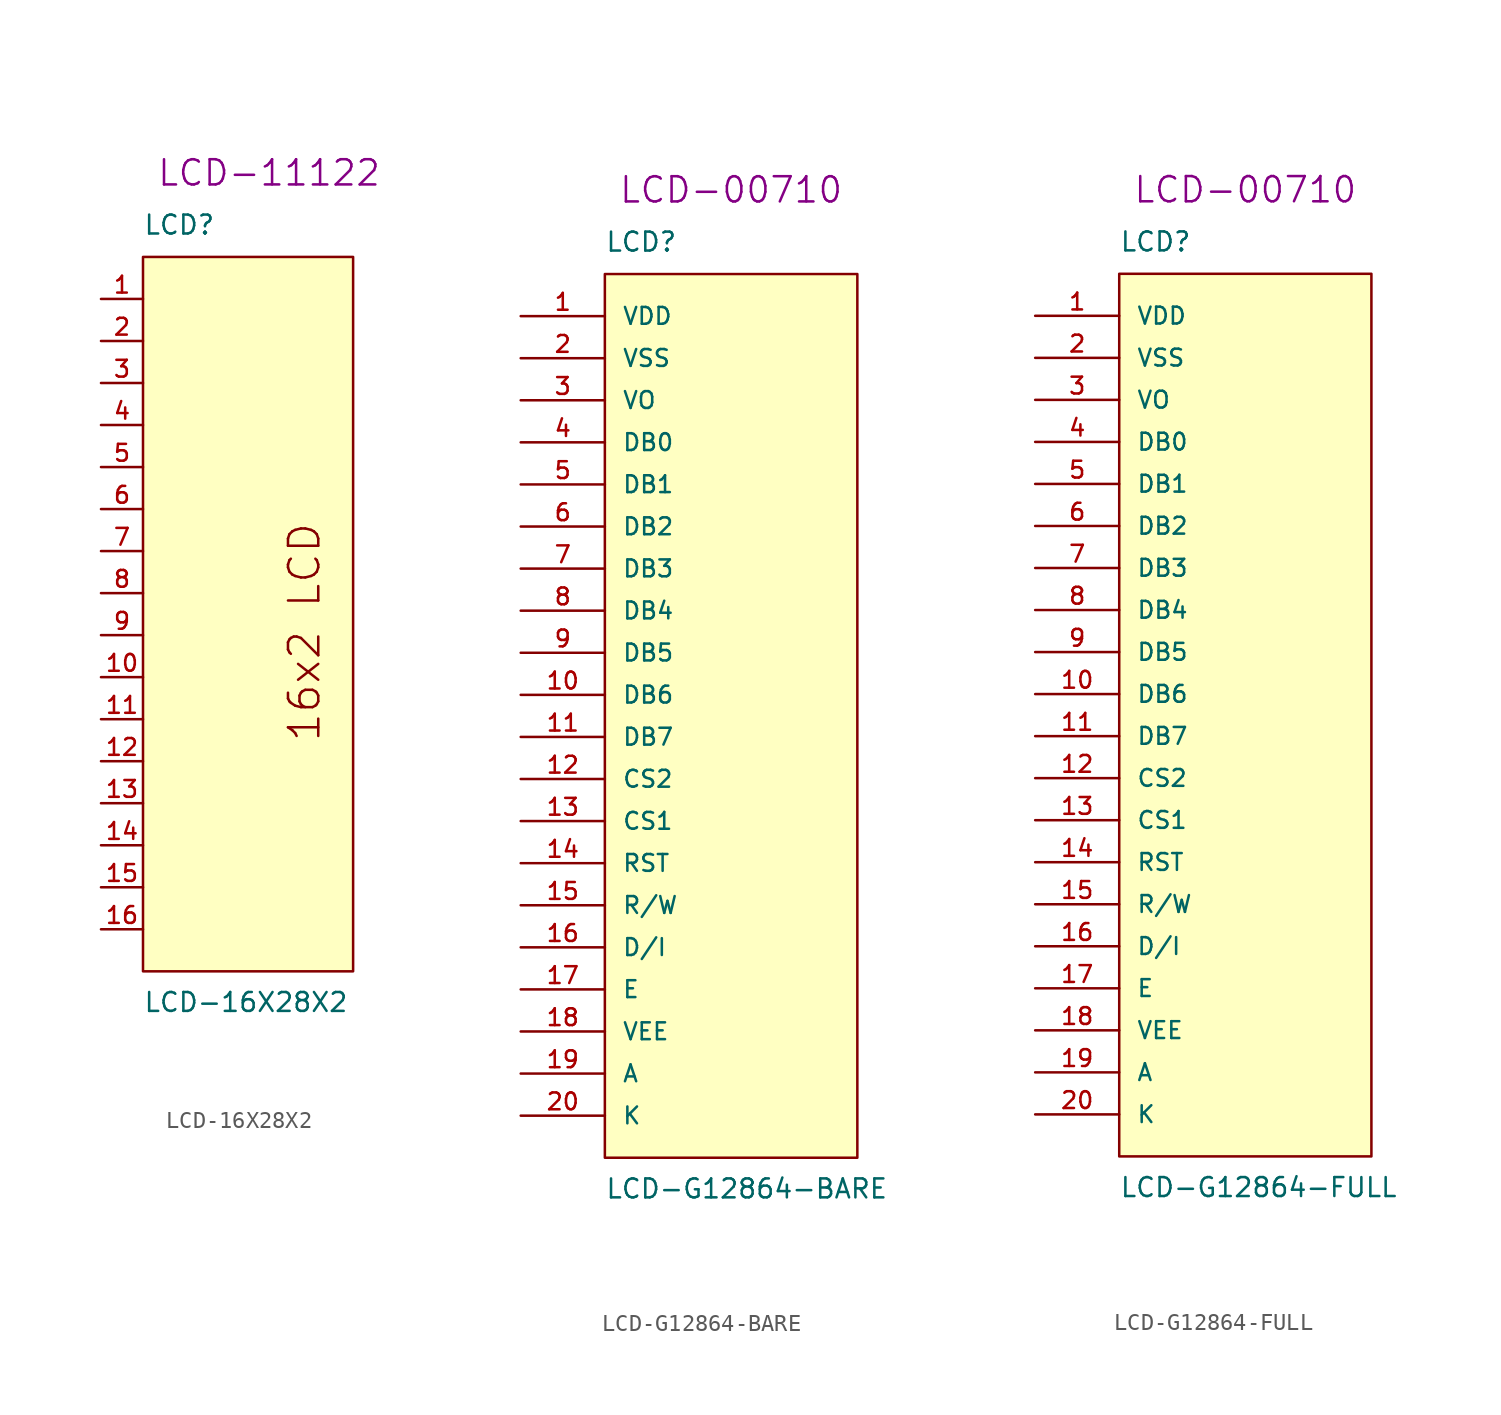
<source format=kicad_sym>
(kicad_symbol_lib
  (version 20211014)
  (generator kicad_symbol_editor)
  (symbol "LCD-16X28X2"
    (pin_names
      (offset 1.016) hide)
    (property "Reference" "LCD"
      (at -7.62 24.13 0)
      (effects (font (size 1.143 1.143)) (justify left bottom)))
    (property "Value" "LCD-16X28X2"
      (at -7.62 -22.86 0)
      (effects (font (size 1.143 1.143)) (justify left bottom)))
    (property "Field4" "LCD-11122"
      (at 0 27.94 0)
      (effects (font (size 1.524 1.524))))
    (property "ki_locked" ""
      (at 0 0 0)
      (effects (font (size 1.27 1.27))))
    (symbol "LCD-16X28X2_1_0"
      (text "16x2 LCD" (at 2.134 0.178 900) (effects (font (size 1.829 1.829)))))
    (symbol "LCD-16X28X2_1_1"
      (polyline (pts (xy -7.62 22.86) (xy -7.62 -20.32) (xy 5.08 -20.32) (xy 5.08 22.86) (xy -7.62 22.86)) (stroke (width 0) (type default) (color 0 0 0 0)) (fill (type background)))
      (pin power_in line (at -10.16 20.32 0) (length 2.54) (name "VSS" (effects (font (size 1.016 1.016)))) (number "1" (effects (font (size 1.016 1.016)))))
      (pin bidirectional line (at -10.16 -2.54 0) (length 2.54) (name "DB3" (effects (font (size 1.016 1.016)))) (number "10" (effects (font (size 1.016 1.016)))))
      (pin bidirectional line (at -10.16 -5.08 0) (length 2.54) (name "DB4" (effects (font (size 1.016 1.016)))) (number "11" (effects (font (size 1.016 1.016)))))
      (pin bidirectional line (at -10.16 -7.62 0) (length 2.54) (name "DB5" (effects (font (size 1.016 1.016)))) (number "12" (effects (font (size 1.016 1.016)))))
      (pin bidirectional line (at -10.16 -10.16 0) (length 2.54) (name "DB6" (effects (font (size 1.016 1.016)))) (number "13" (effects (font (size 1.016 1.016)))))
      (pin bidirectional line (at -10.16 -12.7 0) (length 2.54) (name "DB7" (effects (font (size 1.016 1.016)))) (number "14" (effects (font (size 1.016 1.016)))))
      (pin power_in line (at -10.16 -15.24 0) (length 2.54) (name "A" (effects (font (size 1.016 1.016)))) (number "15" (effects (font (size 1.016 1.016)))))
      (pin power_in line (at -10.16 -17.78 0) (length 2.54) (name "K" (effects (font (size 1.016 1.016)))) (number "16" (effects (font (size 1.016 1.016)))))
      (pin power_in line (at -10.16 17.78 0) (length 2.54) (name "VDD" (effects (font (size 1.016 1.016)))) (number "2" (effects (font (size 1.016 1.016)))))
      (pin bidirectional line (at -10.16 15.24 0) (length 2.54) (name "VO" (effects (font (size 1.016 1.016)))) (number "3" (effects (font (size 1.016 1.016)))))
      (pin input line (at -10.16 12.7 0) (length 2.54) (name "RS" (effects (font (size 1.016 1.016)))) (number "4" (effects (font (size 1.016 1.016)))))
      (pin input line (at -10.16 10.16 0) (length 2.54) (name "R/W" (effects (font (size 1.016 1.016)))) (number "5" (effects (font (size 1.016 1.016)))))
      (pin input line (at -10.16 7.62 0) (length 2.54) (name "E" (effects (font (size 1.016 1.016)))) (number "6" (effects (font (size 1.016 1.016)))))
      (pin bidirectional line (at -10.16 5.08 0) (length 2.54) (name "DB0" (effects (font (size 1.016 1.016)))) (number "7" (effects (font (size 1.016 1.016)))))
      (pin bidirectional line (at -10.16 2.54 0) (length 2.54) (name "DB1" (effects (font (size 1.016 1.016)))) (number "8" (effects (font (size 1.016 1.016)))))
      (pin bidirectional line (at -10.16 0 0) (length 2.54) (name "DB2" (effects (font (size 1.016 1.016)))) (number "9" (effects (font (size 1.016 1.016)))))))
  (symbol "LCD-G12864-BARE"
    (pin_names
      (offset 1.016))
    (property "Reference" "LCD"
      (at -7.62 26.67 0)
      (effects (font (size 1.143 1.143)) (justify left bottom)))
    (property "Value" "LCD-G12864-BARE"
      (at -7.62 -30.48 0)
      (effects (font (size 1.143 1.143)) (justify left bottom)))
    (property "Field4" "LCD-00710"
      (at 0 30.48 0)
      (effects (font (size 1.524 1.524))))
    (property "ki_locked" ""
      (at 0 0 0)
      (effects (font (size 1.27 1.27))))
    (symbol "LCD-G12864-BARE_1_1"
      (polyline (pts (xy -7.62 25.4) (xy -7.62 -27.94) (xy 7.62 -27.94) (xy 7.62 25.4) (xy -7.62 25.4)) (stroke (width 0) (type default) (color 0 0 0 0)) (fill (type background)))
      (pin power_in line (at -12.7 22.86 0) (length 5.08) (name "VDD" (effects (font (size 1.016 1.016)))) (number "1" (effects (font (size 1.016 1.016)))))
      (pin bidirectional line (at -12.7 0 0) (length 5.08) (name "DB6" (effects (font (size 1.016 1.016)))) (number "10" (effects (font (size 1.016 1.016)))))
      (pin bidirectional line (at -12.7 -2.54 0) (length 5.08) (name "DB7" (effects (font (size 1.016 1.016)))) (number "11" (effects (font (size 1.016 1.016)))))
      (pin input line (at -12.7 -5.08 0) (length 5.08) (name "CS2" (effects (font (size 1.016 1.016)))) (number "12" (effects (font (size 1.016 1.016)))))
      (pin input line (at -12.7 -7.62 0) (length 5.08) (name "CS1" (effects (font (size 1.016 1.016)))) (number "13" (effects (font (size 1.016 1.016)))))
      (pin input line (at -12.7 -10.16 0) (length 5.08) (name "RST" (effects (font (size 1.016 1.016)))) (number "14" (effects (font (size 1.016 1.016)))))
      (pin input line (at -12.7 -12.7 0) (length 5.08) (name "R/W" (effects (font (size 1.016 1.016)))) (number "15" (effects (font (size 1.016 1.016)))))
      (pin input line (at -12.7 -15.24 0) (length 5.08) (name "D/I" (effects (font (size 1.016 1.016)))) (number "16" (effects (font (size 1.016 1.016)))))
      (pin input line (at -12.7 -17.78 0) (length 5.08) (name "E" (effects (font (size 1.016 1.016)))) (number "17" (effects (font (size 1.016 1.016)))))
      (pin bidirectional line (at -12.7 -20.32 0) (length 5.08) (name "VEE" (effects (font (size 1.016 1.016)))) (number "18" (effects (font (size 1.016 1.016)))))
      (pin power_in line (at -12.7 -22.86 0) (length 5.08) (name "A" (effects (font (size 1.016 1.016)))) (number "19" (effects (font (size 1.016 1.016)))))
      (pin power_in line (at -12.7 20.32 0) (length 5.08) (name "VSS" (effects (font (size 1.016 1.016)))) (number "2" (effects (font (size 1.016 1.016)))))
      (pin power_in line (at -12.7 -25.4 0) (length 5.08) (name "K" (effects (font (size 1.016 1.016)))) (number "20" (effects (font (size 1.016 1.016)))))
      (pin bidirectional line (at -12.7 17.78 0) (length 5.08) (name "VO" (effects (font (size 1.016 1.016)))) (number "3" (effects (font (size 1.016 1.016)))))
      (pin bidirectional line (at -12.7 15.24 0) (length 5.08) (name "DB0" (effects (font (size 1.016 1.016)))) (number "4" (effects (font (size 1.016 1.016)))))
      (pin bidirectional line (at -12.7 12.7 0) (length 5.08) (name "DB1" (effects (font (size 1.016 1.016)))) (number "5" (effects (font (size 1.016 1.016)))))
      (pin bidirectional line (at -12.7 10.16 0) (length 5.08) (name "DB2" (effects (font (size 1.016 1.016)))) (number "6" (effects (font (size 1.016 1.016)))))
      (pin bidirectional line (at -12.7 7.62 0) (length 5.08) (name "DB3" (effects (font (size 1.016 1.016)))) (number "7" (effects (font (size 1.016 1.016)))))
      (pin bidirectional line (at -12.7 5.08 0) (length 5.08) (name "DB4" (effects (font (size 1.016 1.016)))) (number "8" (effects (font (size 1.016 1.016)))))
      (pin bidirectional line (at -12.7 2.54 0) (length 5.08) (name "DB5" (effects (font (size 1.016 1.016)))) (number "9" (effects (font (size 1.016 1.016)))))))
  (symbol "LCD-G12864-FULL"
    (pin_names
      (offset 1.016))
    (property "Reference" "LCD"
      (at -7.62 26.67 0)
      (effects (font (size 1.143 1.143)) (justify left bottom)))
    (property "Value" "LCD-G12864-FULL"
      (at -7.62 -30.48 0)
      (effects (font (size 1.143 1.143)) (justify left bottom)))
    (property "Field4" "LCD-00710"
      (at 0 30.48 0)
      (effects (font (size 1.524 1.524))))
    (property "ki_locked" ""
      (at 0 0 0)
      (effects (font (size 1.27 1.27))))
    (symbol "LCD-G12864-FULL_1_1"
      (polyline (pts (xy -7.62 25.4) (xy -7.62 -27.94) (xy 7.62 -27.94) (xy 7.62 25.4) (xy -7.62 25.4)) (stroke (width 0) (type default) (color 0 0 0 0)) (fill (type background)))
      (pin power_in line (at -12.7 22.86 0) (length 5.08) (name "VDD" (effects (font (size 1.016 1.016)))) (number "1" (effects (font (size 1.016 1.016)))))
      (pin bidirectional line (at -12.7 0 0) (length 5.08) (name "DB6" (effects (font (size 1.016 1.016)))) (number "10" (effects (font (size 1.016 1.016)))))
      (pin bidirectional line (at -12.7 -2.54 0) (length 5.08) (name "DB7" (effects (font (size 1.016 1.016)))) (number "11" (effects (font (size 1.016 1.016)))))
      (pin input line (at -12.7 -5.08 0) (length 5.08) (name "CS2" (effects (font (size 1.016 1.016)))) (number "12" (effects (font (size 1.016 1.016)))))
      (pin input line (at -12.7 -7.62 0) (length 5.08) (name "CS1" (effects (font (size 1.016 1.016)))) (number "13" (effects (font (size 1.016 1.016)))))
      (pin input line (at -12.7 -10.16 0) (length 5.08) (name "RST" (effects (font (size 1.016 1.016)))) (number "14" (effects (font (size 1.016 1.016)))))
      (pin input line (at -12.7 -12.7 0) (length 5.08) (name "R/W" (effects (font (size 1.016 1.016)))) (number "15" (effects (font (size 1.016 1.016)))))
      (pin input line (at -12.7 -15.24 0) (length 5.08) (name "D/I" (effects (font (size 1.016 1.016)))) (number "16" (effects (font (size 1.016 1.016)))))
      (pin input line (at -12.7 -17.78 0) (length 5.08) (name "E" (effects (font (size 1.016 1.016)))) (number "17" (effects (font (size 1.016 1.016)))))
      (pin bidirectional line (at -12.7 -20.32 0) (length 5.08) (name "VEE" (effects (font (size 1.016 1.016)))) (number "18" (effects (font (size 1.016 1.016)))))
      (pin power_in line (at -12.7 -22.86 0) (length 5.08) (name "A" (effects (font (size 1.016 1.016)))) (number "19" (effects (font (size 1.016 1.016)))))
      (pin power_in line (at -12.7 20.32 0) (length 5.08) (name "VSS" (effects (font (size 1.016 1.016)))) (number "2" (effects (font (size 1.016 1.016)))))
      (pin power_in line (at -12.7 -25.4 0) (length 5.08) (name "K" (effects (font (size 1.016 1.016)))) (number "20" (effects (font (size 1.016 1.016)))))
      (pin bidirectional line (at -12.7 17.78 0) (length 5.08) (name "VO" (effects (font (size 1.016 1.016)))) (number "3" (effects (font (size 1.016 1.016)))))
      (pin bidirectional line (at -12.7 15.24 0) (length 5.08) (name "DB0" (effects (font (size 1.016 1.016)))) (number "4" (effects (font (size 1.016 1.016)))))
      (pin bidirectional line (at -12.7 12.7 0) (length 5.08) (name "DB1" (effects (font (size 1.016 1.016)))) (number "5" (effects (font (size 1.016 1.016)))))
      (pin bidirectional line (at -12.7 10.16 0) (length 5.08) (name "DB2" (effects (font (size 1.016 1.016)))) (number "6" (effects (font (size 1.016 1.016)))))
      (pin bidirectional line (at -12.7 7.62 0) (length 5.08) (name "DB3" (effects (font (size 1.016 1.016)))) (number "7" (effects (font (size 1.016 1.016)))))
      (pin bidirectional line (at -12.7 5.08 0) (length 5.08) (name "DB4" (effects (font (size 1.016 1.016)))) (number "8" (effects (font (size 1.016 1.016)))))
      (pin bidirectional line (at -12.7 2.54 0) (length 5.08) (name "DB5" (effects (font (size 1.016 1.016)))) (number "9" (effects (font (size 1.016 1.016))))))))
</source>
